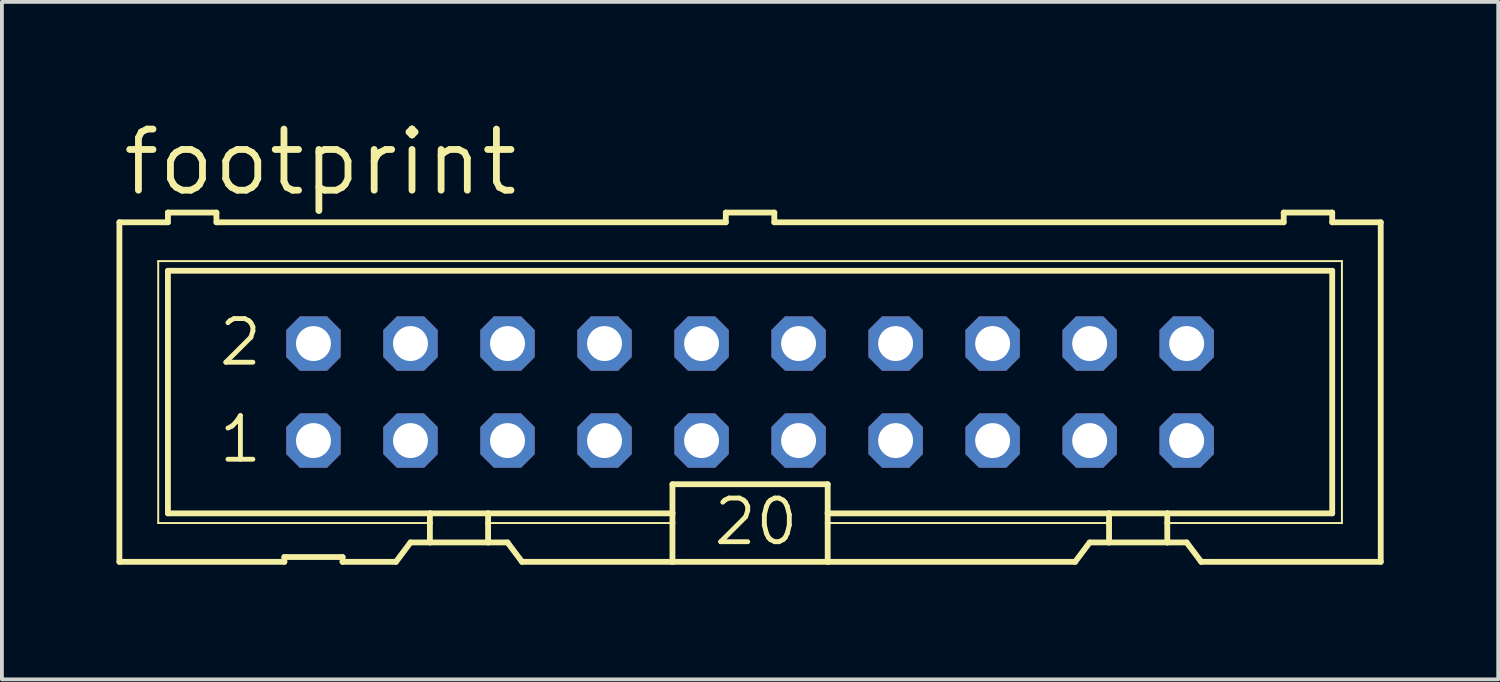
<source format=kicad_pcb>
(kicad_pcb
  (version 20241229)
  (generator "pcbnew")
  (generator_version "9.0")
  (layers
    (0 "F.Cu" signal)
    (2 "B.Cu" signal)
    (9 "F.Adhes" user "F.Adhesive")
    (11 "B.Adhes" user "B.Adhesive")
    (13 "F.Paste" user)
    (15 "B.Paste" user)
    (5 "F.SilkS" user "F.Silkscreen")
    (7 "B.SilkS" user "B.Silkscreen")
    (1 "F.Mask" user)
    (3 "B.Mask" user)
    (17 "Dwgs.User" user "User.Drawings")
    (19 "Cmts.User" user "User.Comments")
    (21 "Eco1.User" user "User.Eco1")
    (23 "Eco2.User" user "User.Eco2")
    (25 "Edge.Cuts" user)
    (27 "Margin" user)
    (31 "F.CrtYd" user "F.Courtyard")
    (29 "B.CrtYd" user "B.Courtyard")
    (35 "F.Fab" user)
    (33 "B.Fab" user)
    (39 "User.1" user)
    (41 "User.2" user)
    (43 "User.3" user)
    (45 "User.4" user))
  (footprint "footprint"
    (layer "F.Cu")
    (at 16.586 7.214)
    (property "Reference" "footprint" (at -16.51 -5.08 0) (layer "F.SilkS") (effects (font (size 1.6 1.6) (thickness 0.178)) (justify left bottom)))
    (fp_line (start -16.51 -4.445) (end -16.51 4.445) (stroke (width 0.152) (type solid)) (layer "F.SilkS"))
    (fp_line (start -16.51 -4.445) (end -15.24 -4.445) (stroke (width 0.152) (type solid)) (layer "F.SilkS"))
    (fp_line (start -16.51 4.445) (end -12.192 4.445) (stroke (width 0.152) (type solid)) (layer "F.SilkS"))
    (fp_line (start -15.494 -3.429) (end -15.494 3.429) (stroke (width 0.051) (type solid)) (layer "F.SilkS"))
    (fp_line (start -15.494 3.429) (end -8.382 3.429) (stroke (width 0.051) (type solid)) (layer "F.SilkS"))
    (fp_line (start -15.24 -4.699) (end -15.24 -4.445) (stroke (width 0.152) (type solid)) (layer "F.SilkS"))
    (fp_line (start -15.24 -3.175) (end -15.24 3.175) (stroke (width 0.152) (type solid)) (layer "F.SilkS"))
    (fp_line (start -15.24 -3.175) (end 15.24 -3.175) (stroke (width 0.152) (type solid)) (layer "F.SilkS"))
    (fp_line (start -13.97 -4.699) (end -15.24 -4.699) (stroke (width 0.152) (type solid)) (layer "F.SilkS"))
    (fp_line (start -13.97 -4.699) (end -13.97 -4.445) (stroke (width 0.152) (type solid)) (layer "F.SilkS"))
    (fp_line (start -13.97 -4.445) (end -0.635 -4.445) (stroke (width 0.152) (type solid)) (layer "F.SilkS"))
    (fp_line (start -12.192 4.318) (end -12.192 4.445) (stroke (width 0.152) (type solid)) (layer "F.SilkS"))
    (fp_line (start -12.192 4.318) (end -10.668 4.318) (stroke (width 0.152) (type solid)) (layer "F.SilkS"))
    (fp_line (start -10.668 4.445) (end -10.668 4.318) (stroke (width 0.152) (type solid)) (layer "F.SilkS"))
    (fp_line (start -10.668 4.445) (end -9.271 4.445) (stroke (width 0.152) (type solid)) (layer "F.SilkS"))
    (fp_line (start -9.271 4.445) (end -8.89 3.937) (stroke (width 0.152) (type solid)) (layer "F.SilkS"))
    (fp_line (start -8.382 3.175) (end -15.24 3.175) (stroke (width 0.152) (type solid)) (layer "F.SilkS"))
    (fp_line (start -8.382 3.175) (end -8.382 3.429) (stroke (width 0.152) (type solid)) (layer "F.SilkS"))
    (fp_line (start -8.382 3.429) (end -8.382 3.937) (stroke (width 0.152) (type solid)) (layer "F.SilkS"))
    (fp_line (start -8.382 3.937) (end -8.89 3.937) (stroke (width 0.152) (type solid)) (layer "F.SilkS"))
    (fp_line (start -6.858 3.175) (end -8.382 3.175) (stroke (width 0.152) (type solid)) (layer "F.SilkS"))
    (fp_line (start -6.858 3.175) (end -6.858 3.429) (stroke (width 0.152) (type solid)) (layer "F.SilkS"))
    (fp_line (start -6.858 3.429) (end -6.858 3.937) (stroke (width 0.152) (type solid)) (layer "F.SilkS"))
    (fp_line (start -6.858 3.429) (end -2.032 3.429) (stroke (width 0.051) (type solid)) (layer "F.SilkS"))
    (fp_line (start -6.858 3.937) (end -8.382 3.937) (stroke (width 0.152) (type solid)) (layer "F.SilkS"))
    (fp_line (start -6.35 3.937) (end -6.858 3.937) (stroke (width 0.152) (type solid)) (layer "F.SilkS"))
    (fp_line (start -6.35 3.937) (end -5.969 4.445) (stroke (width 0.152) (type solid)) (layer "F.SilkS"))
    (fp_line (start -5.969 4.445) (end -2.032 4.445) (stroke (width 0.152) (type solid)) (layer "F.SilkS"))
    (fp_line (start -2.032 3.175) (end -6.858 3.175) (stroke (width 0.152) (type solid)) (layer "F.SilkS"))
    (fp_line (start -2.032 3.175) (end -2.032 2.413) (stroke (width 0.152) (type solid)) (layer "F.SilkS"))
    (fp_line (start -2.032 3.175) (end -2.032 3.429) (stroke (width 0.152) (type solid)) (layer "F.SilkS"))
    (fp_line (start -2.032 3.429) (end -2.032 4.445) (stroke (width 0.152) (type solid)) (layer "F.SilkS"))
    (fp_line (start -0.635 -4.699) (end -0.635 -4.445) (stroke (width 0.152) (type solid)) (layer "F.SilkS"))
    (fp_line (start 0.635 -4.699) (end -0.635 -4.699) (stroke (width 0.152) (type solid)) (layer "F.SilkS"))
    (fp_line (start 0.635 -4.699) (end 0.635 -4.445) (stroke (width 0.152) (type solid)) (layer "F.SilkS"))
    (fp_line (start 0.635 -4.445) (end 13.97 -4.445) (stroke (width 0.152) (type solid)) (layer "F.SilkS"))
    (fp_line (start 2.032 2.413) (end -2.032 2.413) (stroke (width 0.152) (type solid)) (layer "F.SilkS"))
    (fp_line (start 2.032 2.413) (end 2.032 3.175) (stroke (width 0.152) (type solid)) (layer "F.SilkS"))
    (fp_line (start 2.032 3.175) (end 2.032 3.429) (stroke (width 0.152) (type solid)) (layer "F.SilkS"))
    (fp_line (start 2.032 3.429) (end 2.032 4.445) (stroke (width 0.152) (type solid)) (layer "F.SilkS"))
    (fp_line (start 2.032 4.445) (end -2.032 4.445) (stroke (width 0.152) (type solid)) (layer "F.SilkS"))
    (fp_line (start 8.509 4.445) (end 2.032 4.445) (stroke (width 0.152) (type solid)) (layer "F.SilkS"))
    (fp_line (start 8.509 4.445) (end 8.89 3.937) (stroke (width 0.152) (type solid)) (layer "F.SilkS"))
    (fp_line (start 9.398 3.175) (end 2.032 3.175) (stroke (width 0.152) (type solid)) (layer "F.SilkS"))
    (fp_line (start 9.398 3.175) (end 9.398 3.429) (stroke (width 0.152) (type solid)) (layer "F.SilkS"))
    (fp_line (start 9.398 3.429) (end 2.032 3.429) (stroke (width 0.051) (type solid)) (layer "F.SilkS"))
    (fp_line (start 9.398 3.429) (end 9.398 3.937) (stroke (width 0.152) (type solid)) (layer "F.SilkS"))
    (fp_line (start 9.398 3.937) (end 8.89 3.937) (stroke (width 0.152) (type solid)) (layer "F.SilkS"))
    (fp_line (start 10.922 3.175) (end 9.398 3.175) (stroke (width 0.152) (type solid)) (layer "F.SilkS"))
    (fp_line (start 10.922 3.175) (end 10.922 3.429) (stroke (width 0.152) (type solid)) (layer "F.SilkS"))
    (fp_line (start 10.922 3.429) (end 10.922 3.937) (stroke (width 0.152) (type solid)) (layer "F.SilkS"))
    (fp_line (start 10.922 3.429) (end 15.494 3.429) (stroke (width 0.051) (type solid)) (layer "F.SilkS"))
    (fp_line (start 10.922 3.937) (end 9.398 3.937) (stroke (width 0.152) (type solid)) (layer "F.SilkS"))
    (fp_line (start 11.43 3.937) (end 10.922 3.937) (stroke (width 0.152) (type solid)) (layer "F.SilkS"))
    (fp_line (start 11.43 3.937) (end 11.811 4.445) (stroke (width 0.152) (type solid)) (layer "F.SilkS"))
    (fp_line (start 13.97 -4.445) (end 13.97 -4.699) (stroke (width 0.152) (type solid)) (layer "F.SilkS"))
    (fp_line (start 15.24 -4.699) (end 13.97 -4.699) (stroke (width 0.152) (type solid)) (layer "F.SilkS"))
    (fp_line (start 15.24 -4.445) (end 15.24 -4.699) (stroke (width 0.152) (type solid)) (layer "F.SilkS"))
    (fp_line (start 15.24 -4.445) (end 16.51 -4.445) (stroke (width 0.152) (type solid)) (layer "F.SilkS"))
    (fp_line (start 15.24 3.175) (end 10.922 3.175) (stroke (width 0.152) (type solid)) (layer "F.SilkS"))
    (fp_line (start 15.24 3.175) (end 15.24 -3.175) (stroke (width 0.152) (type solid)) (layer "F.SilkS"))
    (fp_line (start 15.494 -3.429) (end -15.494 -3.429) (stroke (width 0.051) (type solid)) (layer "F.SilkS"))
    (fp_line (start 15.494 3.429) (end 15.494 -3.429) (stroke (width 0.051) (type solid)) (layer "F.SilkS"))
    (fp_line (start 16.51 4.445) (end 11.811 4.445) (stroke (width 0.152) (type solid)) (layer "F.SilkS"))
    (fp_line (start 16.51 4.445) (end 16.51 -4.445) (stroke (width 0.152) (type solid)) (layer "F.SilkS"))
    (fp_poly (pts (xy -11.684 -1.016) (xy -11.176 -1.016) (xy -11.176 -1.524) (xy -11.684 -1.524)) (stroke (width 0.1) (type solid)) (fill no) (layer "F.Fab"))
    (fp_poly (pts (xy -11.684 1.524) (xy -11.176 1.524) (xy -11.176 1.016) (xy -11.684 1.016)) (stroke (width 0.1) (type solid)) (fill no) (layer "F.Fab"))
    (fp_poly (pts (xy -9.144 -1.016) (xy -8.636 -1.016) (xy -8.636 -1.524) (xy -9.144 -1.524)) (stroke (width 0.1) (type solid)) (fill no) (layer "F.Fab"))
    (fp_poly (pts (xy -9.144 1.524) (xy -8.636 1.524) (xy -8.636 1.016) (xy -9.144 1.016)) (stroke (width 0.1) (type solid)) (fill no) (layer "F.Fab"))
    (fp_poly (pts (xy -6.604 -1.016) (xy -6.096 -1.016) (xy -6.096 -1.524) (xy -6.604 -1.524)) (stroke (width 0.1) (type solid)) (fill no) (layer "F.Fab"))
    (fp_poly (pts (xy -6.604 1.524) (xy -6.096 1.524) (xy -6.096 1.016) (xy -6.604 1.016)) (stroke (width 0.1) (type solid)) (fill no) (layer "F.Fab"))
    (fp_poly (pts (xy -4.064 -1.016) (xy -3.556 -1.016) (xy -3.556 -1.524) (xy -4.064 -1.524)) (stroke (width 0.1) (type solid)) (fill no) (layer "F.Fab"))
    (fp_poly (pts (xy -4.064 1.524) (xy -3.556 1.524) (xy -3.556 1.016) (xy -4.064 1.016)) (stroke (width 0.1) (type solid)) (fill no) (layer "F.Fab"))
    (fp_poly (pts (xy -1.524 -1.016) (xy -1.016 -1.016) (xy -1.016 -1.524) (xy -1.524 -1.524)) (stroke (width 0.1) (type solid)) (fill no) (layer "F.Fab"))
    (fp_poly (pts (xy -1.524 1.524) (xy -1.016 1.524) (xy -1.016 1.016) (xy -1.524 1.016)) (stroke (width 0.1) (type solid)) (fill no) (layer "F.Fab"))
    (fp_poly (pts (xy 1.016 -1.016) (xy 1.524 -1.016) (xy 1.524 -1.524) (xy 1.016 -1.524)) (stroke (width 0.1) (type solid)) (fill no) (layer "F.Fab"))
    (fp_poly (pts (xy 1.016 1.524) (xy 1.524 1.524) (xy 1.524 1.016) (xy 1.016 1.016)) (stroke (width 0.1) (type solid)) (fill no) (layer "F.Fab"))
    (fp_poly (pts (xy 3.556 -1.016) (xy 4.064 -1.016) (xy 4.064 -1.524) (xy 3.556 -1.524)) (stroke (width 0.1) (type solid)) (fill no) (layer "F.Fab"))
    (fp_poly (pts (xy 3.556 1.524) (xy 4.064 1.524) (xy 4.064 1.016) (xy 3.556 1.016)) (stroke (width 0.1) (type solid)) (fill no) (layer "F.Fab"))
    (fp_poly (pts (xy 6.096 -1.016) (xy 6.604 -1.016) (xy 6.604 -1.524) (xy 6.096 -1.524)) (stroke (width 0.1) (type solid)) (fill no) (layer "F.Fab"))
    (fp_poly (pts (xy 6.096 1.524) (xy 6.604 1.524) (xy 6.604 1.016) (xy 6.096 1.016)) (stroke (width 0.1) (type solid)) (fill no) (layer "F.Fab"))
    (fp_poly (pts (xy 8.636 -1.016) (xy 9.144 -1.016) (xy 9.144 -1.524) (xy 8.636 -1.524)) (stroke (width 0.1) (type solid)) (fill no) (layer "F.Fab"))
    (fp_poly (pts (xy 8.636 1.524) (xy 9.144 1.524) (xy 9.144 1.016) (xy 8.636 1.016)) (stroke (width 0.1) (type solid)) (fill no) (layer "F.Fab"))
    (fp_poly (pts (xy 11.176 -1.016) (xy 11.684 -1.016) (xy 11.684 -1.524) (xy 11.176 -1.524)) (stroke (width 0.1) (type solid)) (fill no) (layer "F.Fab"))
    (fp_poly (pts (xy 11.176 1.524) (xy 11.684 1.524) (xy 11.684 1.016) (xy 11.176 1.016)) (stroke (width 0.1) (type solid)) (fill no) (layer "F.Fab"))
    (fp_text user "1" (at -13.97 1.905 0) (layer "F.SilkS") (effects (font (size 1.143 1.143) (thickness 0.127)) (justify left bottom)))
    (fp_text user "20" (at -1.016 4.064 0) (layer "F.SilkS") (effects (font (size 1.143 1.143) (thickness 0.127)) (justify left bottom)))
    (fp_text user "2" (at -13.97 -0.635 0) (layer "F.SilkS") (effects (font (size 1.143 1.143) (thickness 0.127)) (justify left bottom)))
    (pad "1" thru_hole roundrect (at -11.43 1.27) (size 1.422 1.422) (drill 0.914) (layers "*.Cu" "*.Mask") (roundrect_rratio 0.25) (chamfer_ratio 0.25) (chamfer top_left top_right bottom_left bottom_right))
    (pad "2" thru_hole roundrect (at -11.43 -1.27) (size 1.422 1.422) (drill 0.914) (layers "*.Cu" "*.Mask") (roundrect_rratio 0.25) (chamfer_ratio 0.25) (chamfer top_left top_right bottom_left bottom_right))
    (pad "3" thru_hole roundrect (at -8.89 1.27) (size 1.422 1.422) (drill 0.914) (layers "*.Cu" "*.Mask") (roundrect_rratio 0.25) (chamfer_ratio 0.25) (chamfer top_left top_right bottom_left bottom_right))
    (pad "4" thru_hole roundrect (at -8.89 -1.27) (size 1.422 1.422) (drill 0.914) (layers "*.Cu" "*.Mask") (roundrect_rratio 0.25) (chamfer_ratio 0.25) (chamfer top_left top_right bottom_left bottom_right))
    (pad "5" thru_hole roundrect (at -6.35 1.27) (size 1.422 1.422) (drill 0.914) (layers "*.Cu" "*.Mask") (roundrect_rratio 0.25) (chamfer_ratio 0.25) (chamfer top_left top_right bottom_left bottom_right))
    (pad "6" thru_hole roundrect (at -6.35 -1.27) (size 1.422 1.422) (drill 0.914) (layers "*.Cu" "*.Mask") (roundrect_rratio 0.25) (chamfer_ratio 0.25) (chamfer top_left top_right bottom_left bottom_right))
    (pad "7" thru_hole roundrect (at -3.81 1.27) (size 1.422 1.422) (drill 0.914) (layers "*.Cu" "*.Mask") (roundrect_rratio 0.25) (chamfer_ratio 0.25) (chamfer top_left top_right bottom_left bottom_right))
    (pad "8" thru_hole roundrect (at -3.81 -1.27) (size 1.422 1.422) (drill 0.914) (layers "*.Cu" "*.Mask") (roundrect_rratio 0.25) (chamfer_ratio 0.25) (chamfer top_left top_right bottom_left bottom_right))
    (pad "9" thru_hole roundrect (at -1.27 1.27) (size 1.422 1.422) (drill 0.914) (layers "*.Cu" "*.Mask") (roundrect_rratio 0.25) (chamfer_ratio 0.25) (chamfer top_left top_right bottom_left bottom_right))
    (pad "10" thru_hole roundrect (at -1.27 -1.27) (size 1.422 1.422) (drill 0.914) (layers "*.Cu" "*.Mask") (roundrect_rratio 0.25) (chamfer_ratio 0.25) (chamfer top_left top_right bottom_left bottom_right))
    (pad "11" thru_hole roundrect (at 1.27 1.27) (size 1.422 1.422) (drill 0.914) (layers "*.Cu" "*.Mask") (roundrect_rratio 0.25) (chamfer_ratio 0.25) (chamfer top_left top_right bottom_left bottom_right))
    (pad "12" thru_hole roundrect (at 1.27 -1.27) (size 1.422 1.422) (drill 0.914) (layers "*.Cu" "*.Mask") (roundrect_rratio 0.25) (chamfer_ratio 0.25) (chamfer top_left top_right bottom_left bottom_right))
    (pad "13" thru_hole roundrect (at 3.81 1.27) (size 1.422 1.422) (drill 0.914) (layers "*.Cu" "*.Mask") (roundrect_rratio 0.25) (chamfer_ratio 0.25) (chamfer top_left top_right bottom_left bottom_right))
    (pad "14" thru_hole roundrect (at 3.81 -1.27) (size 1.422 1.422) (drill 0.914) (layers "*.Cu" "*.Mask") (roundrect_rratio 0.25) (chamfer_ratio 0.25) (chamfer top_left top_right bottom_left bottom_right))
    (pad "15" thru_hole roundrect (at 6.35 1.27) (size 1.422 1.422) (drill 0.914) (layers "*.Cu" "*.Mask") (roundrect_rratio 0.25) (chamfer_ratio 0.25) (chamfer top_left top_right bottom_left bottom_right))
    (pad "16" thru_hole roundrect (at 6.35 -1.27) (size 1.422 1.422) (drill 0.914) (layers "*.Cu" "*.Mask") (roundrect_rratio 0.25) (chamfer_ratio 0.25) (chamfer top_left top_right bottom_left bottom_right))
    (pad "17" thru_hole roundrect (at 8.89 1.27) (size 1.422 1.422) (drill 0.914) (layers "*.Cu" "*.Mask") (roundrect_rratio 0.25) (chamfer_ratio 0.25) (chamfer top_left top_right bottom_left bottom_right))
    (pad "18" thru_hole roundrect (at 8.89 -1.27) (size 1.422 1.422) (drill 0.914) (layers "*.Cu" "*.Mask") (roundrect_rratio 0.25) (chamfer_ratio 0.25) (chamfer top_left top_right bottom_left bottom_right))
    (pad "19" thru_hole roundrect (at 11.43 1.27) (size 1.422 1.422) (drill 0.914) (layers "*.Cu" "*.Mask") (roundrect_rratio 0.25) (chamfer_ratio 0.25) (chamfer top_left top_right bottom_left bottom_right))
    (pad "20" thru_hole roundrect (at 11.43 -1.27) (size 1.422 1.422) (drill 0.914) (layers "*.Cu" "*.Mask") (roundrect_rratio 0.25) (chamfer_ratio 0.25) (chamfer top_left top_right bottom_left bottom_right)))
  (gr_rect
    (start -3 -3)
    (end 36.172 14.735)
    (stroke (width 0.1) (type default))
    (fill no)
    (layer "Edge.Cuts")))
</source>
